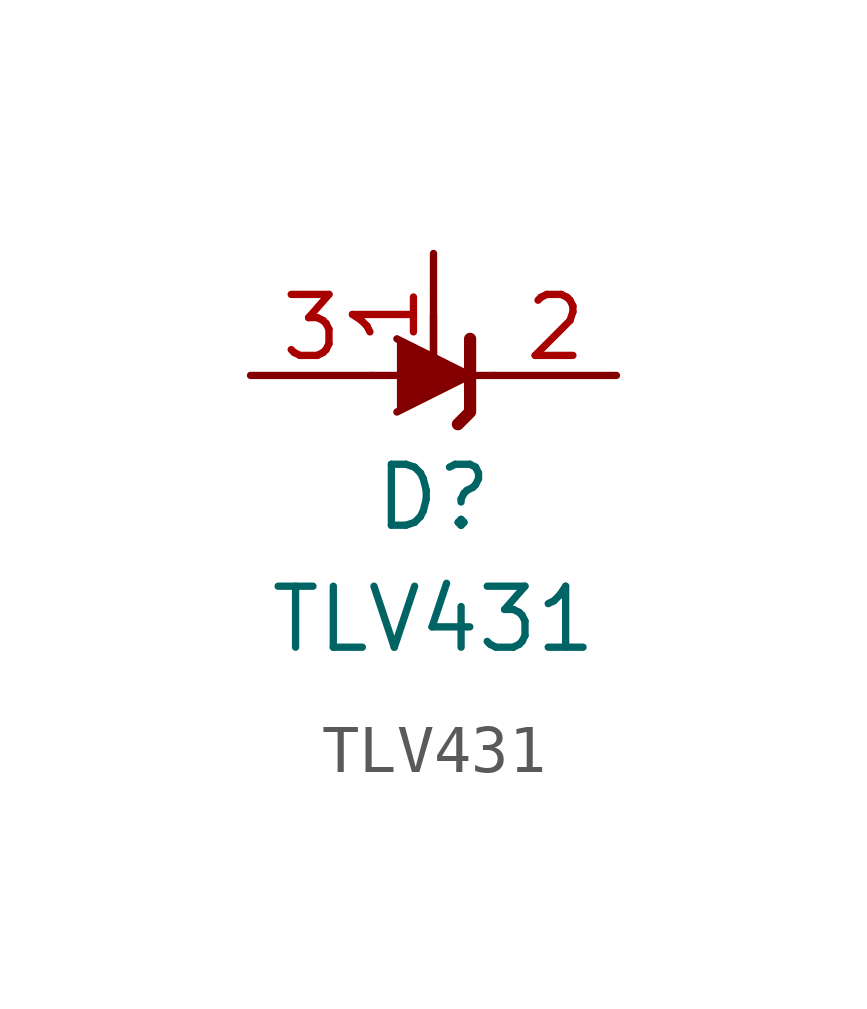
<source format=kicad_sym>
(kicad_symbol_lib
  (version 20211014)
  (generator kicad_symbol_editor)
  (symbol "TLV431"
    (pin_names
      (offset 1.016))
    (property "Reference" "D"
      (at 0 -2.54 0)
      (effects (font (size 1.27 1.27))))
    (property "Value" "TLV431"
      (at 0 -5.08 0)
      (effects (font (size 1.27 1.27))))
    (symbol "TLV431_1_1"
      (polyline (pts (xy 0 1.27) (xy 0 0)) (stroke (width 0) (type default) (color 0 0 0 0)) (fill (type none)))
      (polyline (pts (xy -1.27 0) (xy 0 0) (xy 1.27 0)) (stroke (width 0) (type default) (color 0 0 0 0)) (fill (type none)))
      (polyline (pts (xy -0.762 0.762) (xy 0.762 0) (xy -0.762 -0.762)) (stroke (width 0) (type default) (color 0 0 0 0)) (fill (type outline)))
      (polyline (pts (xy 0.508 -1.016) (xy 0.762 -0.762) (xy 0.762 0.762) (xy 0.762 0.762)) (stroke (width 0.254) (type default) (color 0 0 0 0)) (fill (type none)))
      (pin passive line (at 0 2.54 270) (length 2.54) (name "~" (effects (font (size 1.27 1.27)))) (number "1" (effects (font (size 1.27 1.27)))))
      (pin passive line (at 3.81 0 180) (length 2.54) (name "~" (effects (font (size 1.27 1.27)))) (number "2" (effects (font (size 1.27 1.27)))))
      (pin passive line (at -3.81 0 0) (length 2.54) (name "~" (effects (font (size 1.27 1.27)))) (number "3" (effects (font (size 1.27 1.27))))))))
</source>
